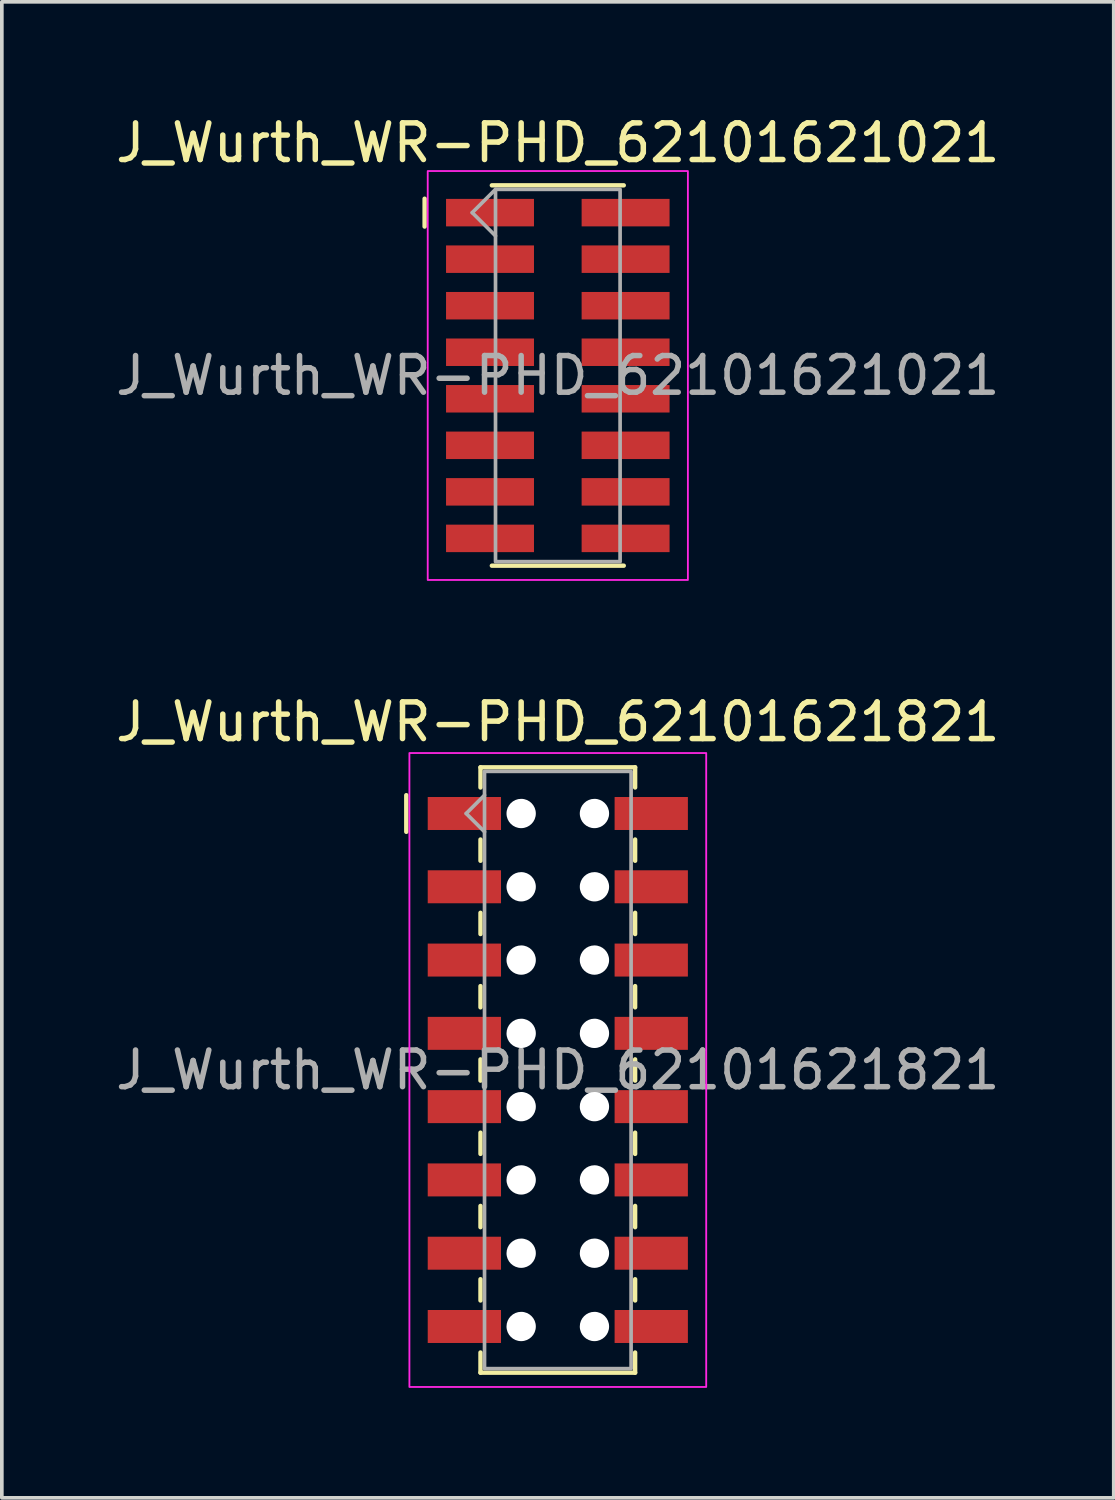
<source format=kicad_pcb>
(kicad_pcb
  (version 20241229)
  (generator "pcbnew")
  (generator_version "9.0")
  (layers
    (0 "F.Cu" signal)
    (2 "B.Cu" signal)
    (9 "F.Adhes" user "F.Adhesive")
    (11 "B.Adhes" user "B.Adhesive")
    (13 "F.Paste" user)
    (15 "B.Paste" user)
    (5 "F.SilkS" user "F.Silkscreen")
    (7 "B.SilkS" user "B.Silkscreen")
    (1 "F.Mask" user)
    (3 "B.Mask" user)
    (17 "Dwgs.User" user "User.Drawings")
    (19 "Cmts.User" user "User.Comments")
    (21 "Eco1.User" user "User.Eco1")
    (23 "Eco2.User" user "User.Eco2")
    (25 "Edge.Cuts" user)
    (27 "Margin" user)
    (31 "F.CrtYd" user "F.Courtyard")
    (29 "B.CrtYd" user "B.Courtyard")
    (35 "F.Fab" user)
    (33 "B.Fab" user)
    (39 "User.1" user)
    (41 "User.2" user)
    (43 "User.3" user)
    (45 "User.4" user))
  (footprint "J_Wurth_WR-PHD_62101621021"
    (layer "F.Cu")
    (at 12.173 7.198)
    (property "Reference" "J_Wurth_WR-PHD_62101621021" (at 0 -6.35 0) (unlocked yes) (layer "F.SilkS") (effects (font (size 1 1) (thickness 0.15))))
    (attr smd)
    (fp_line (start -3.635 -4.825) (end -3.635 -4.065) (stroke (width 0.12) (type solid)) (layer "F.SilkS"))
    (fp_line (start 1.8 -5.19) (end -1.8 -5.19) (stroke (width 0.12) (type solid)) (layer "F.SilkS"))
    (fp_line (start 1.8 5.19) (end -1.8 5.19) (stroke (width 0.12) (type solid)) (layer "F.SilkS"))
    (fp_rect (start -3.55 -5.58) (end 3.55 5.58) (stroke (width 0.05) (type solid)) (fill no) (layer "F.CrtYd"))
    (fp_line (start -2.335 -4.445) (end -1.7 -3.81) (stroke (width 0.1) (type default)) (layer "F.Fab"))
    (fp_line (start -1.7 -5.08) (end -2.335 -4.445) (stroke (width 0.1) (type default)) (layer "F.Fab"))
    (fp_rect (start -1.7 -5.08) (end 1.7 5.08) (stroke (width 0.1) (type solid)) (fill no) (layer "F.Fab"))
    (fp_text user "${REFERENCE}" (at 0 0 0) (unlocked yes) (layer "F.Fab") (effects (font (size 1 1) (thickness 0.15))))
    (pad "1" smd rect (at -1.85 -4.445 270) (size 0.75 2.4) (layers "F.Cu" "F.Mask" "F.Paste"))
    (pad "2" smd rect (at 1.85 -4.445 270) (size 0.75 2.4) (layers "F.Cu" "F.Mask" "F.Paste"))
    (pad "3" smd rect (at -1.85 -3.175 270) (size 0.75 2.4) (layers "F.Cu" "F.Mask" "F.Paste"))
    (pad "4" smd rect (at 1.85 -3.175 270) (size 0.75 2.4) (layers "F.Cu" "F.Mask" "F.Paste"))
    (pad "5" smd rect (at -1.85 -1.905 270) (size 0.75 2.4) (layers "F.Cu" "F.Mask" "F.Paste"))
    (pad "6" smd rect (at 1.85 -1.905 270) (size 0.75 2.4) (layers "F.Cu" "F.Mask" "F.Paste"))
    (pad "7" smd rect (at -1.85 -0.635 270) (size 0.75 2.4) (layers "F.Cu" "F.Mask" "F.Paste"))
    (pad "8" smd rect (at 1.85 -0.635 270) (size 0.75 2.4) (layers "F.Cu" "F.Mask" "F.Paste"))
    (pad "9" smd rect (at -1.85 0.635 270) (size 0.75 2.4) (layers "F.Cu" "F.Mask" "F.Paste"))
    (pad "10" smd rect (at 1.85 0.635 270) (size 0.75 2.4) (layers "F.Cu" "F.Mask" "F.Paste"))
    (pad "11" smd rect (at -1.85 1.905 270) (size 0.75 2.4) (layers "F.Cu" "F.Mask" "F.Paste"))
    (pad "12" smd rect (at 1.85 1.905 270) (size 0.75 2.4) (layers "F.Cu" "F.Mask" "F.Paste"))
    (pad "13" smd rect (at -1.85 3.175 270) (size 0.75 2.4) (layers "F.Cu" "F.Mask" "F.Paste"))
    (pad "14" smd rect (at 1.85 3.175 270) (size 0.75 2.4) (layers "F.Cu" "F.Mask" "F.Paste"))
    (pad "15" smd rect (at -1.85 4.445 270) (size 0.75 2.4) (layers "F.Cu" "F.Mask" "F.Paste"))
    (pad "16" smd rect (at 1.85 4.445 270) (size 0.75 2.4) (layers "F.Cu" "F.Mask" "F.Paste")))
  (footprint "J_Wurth_WR-PHD_62101621821"
    (layer "F.Cu")
    (at 12.173 26.151)
    (property "Reference" "J_Wurth_WR-PHD_62101621821" (at 0 -9.5 0) (unlocked yes) (layer "F.SilkS") (effects (font (size 1 1) (thickness 0.15))))
    (attr smd)
    (fp_line (start -4.135 -7.5) (end -4.135 -6.5) (stroke (width 0.12) (type solid)) (layer "F.SilkS"))
    (fp_line (start -2.11 -8.26) (end -2.11 -7.71) (stroke (width 0.12) (type solid)) (layer "F.SilkS"))
    (fp_line (start -2.11 -6.29) (end -2.11 -5.71) (stroke (width 0.12) (type solid)) (layer "F.SilkS"))
    (fp_line (start -2.11 -4.29) (end -2.11 -3.71) (stroke (width 0.12) (type solid)) (layer "F.SilkS"))
    (fp_line (start -2.11 -2.29) (end -2.11 -1.71) (stroke (width 0.12) (type solid)) (layer "F.SilkS"))
    (fp_line (start -2.11 -0.29) (end -2.11 0.29) (stroke (width 0.12) (type solid)) (layer "F.SilkS"))
    (fp_line (start -2.11 1.71) (end -2.11 2.29) (stroke (width 0.12) (type solid)) (layer "F.SilkS"))
    (fp_line (start -2.11 3.71) (end -2.11 4.29) (stroke (width 0.12) (type solid)) (layer "F.SilkS"))
    (fp_line (start -2.11 5.71) (end -2.11 6.29) (stroke (width 0.12) (type solid)) (layer "F.SilkS"))
    (fp_line (start -2.11 7.71) (end -2.11 8.26) (stroke (width 0.12) (type solid)) (layer "F.SilkS"))
    (fp_line (start -2.11 8.26) (end 2.11 8.26) (stroke (width 0.12) (type solid)) (layer "F.SilkS"))
    (fp_line (start 2.11 -8.26) (end -2.11 -8.26) (stroke (width 0.12) (type solid)) (layer "F.SilkS"))
    (fp_line (start 2.11 -8.26) (end 2.11 -7.71) (stroke (width 0.12) (type solid)) (layer "F.SilkS"))
    (fp_line (start 2.11 -6.29) (end 2.11 -5.71) (stroke (width 0.12) (type solid)) (layer "F.SilkS"))
    (fp_line (start 2.11 -4.29) (end 2.11 -3.71) (stroke (width 0.12) (type solid)) (layer "F.SilkS"))
    (fp_line (start 2.11 -2.29) (end 2.11 -1.71) (stroke (width 0.12) (type solid)) (layer "F.SilkS"))
    (fp_line (start 2.11 -0.29) (end 2.11 0.29) (stroke (width 0.12) (type solid)) (layer "F.SilkS"))
    (fp_line (start 2.11 1.71) (end 2.11 2.29) (stroke (width 0.12) (type solid)) (layer "F.SilkS"))
    (fp_line (start 2.11 3.71) (end 2.11 4.29) (stroke (width 0.12) (type solid)) (layer "F.SilkS"))
    (fp_line (start 2.11 5.71) (end 2.11 6.29) (stroke (width 0.12) (type solid)) (layer "F.SilkS"))
    (fp_line (start 2.11 7.71) (end 2.11 8.26) (stroke (width 0.12) (type solid)) (layer "F.SilkS"))
    (fp_rect (start -4.05 -8.65) (end 4.05 8.65) (stroke (width 0.05) (type solid)) (fill no) (layer "F.CrtYd"))
    (fp_line (start -2.5 -7) (end -2 -6.5) (stroke (width 0.1) (type default)) (layer "F.Fab"))
    (fp_line (start -2 -7.5) (end -2.5 -7) (stroke (width 0.1) (type default)) (layer "F.Fab"))
    (fp_rect (start -2 -8.15) (end 2 8.15) (stroke (width 0.1) (type solid)) (fill no) (layer "F.Fab"))
    (fp_text user "${REFERENCE}" (at 0 0 0) (unlocked yes) (layer "F.Fab") (effects (font (size 1 1) (thickness 0.15))))
    (pad "" np_thru_hole circle (at -1 -7 270) (size 0.8 0.8) (drill 0.8) (layers "*.Cu" "*.Mask"))
    (pad "" np_thru_hole circle (at -1 -5 270) (size 0.8 0.8) (drill 0.8) (layers "*.Cu" "*.Mask"))
    (pad "" np_thru_hole circle (at -1 -3 270) (size 0.8 0.8) (drill 0.8) (layers "*.Cu" "*.Mask"))
    (pad "" np_thru_hole circle (at -1 -1 270) (size 0.8 0.8) (drill 0.8) (layers "*.Cu" "*.Mask"))
    (pad "" np_thru_hole circle (at -1 1 270) (size 0.8 0.8) (drill 0.8) (layers "*.Cu" "*.Mask"))
    (pad "" np_thru_hole circle (at -1 3 270) (size 0.8 0.8) (drill 0.8) (layers "*.Cu" "*.Mask"))
    (pad "" np_thru_hole circle (at -1 5 270) (size 0.8 0.8) (drill 0.8) (layers "*.Cu" "*.Mask"))
    (pad "" np_thru_hole circle (at -1 7 270) (size 0.8 0.8) (drill 0.8) (layers "*.Cu" "*.Mask"))
    (pad "" np_thru_hole circle (at 1 -7 270) (size 0.8 0.8) (drill 0.8) (layers "*.Cu" "*.Mask"))
    (pad "" np_thru_hole circle (at 1 -5 270) (size 0.8 0.8) (drill 0.8) (layers "*.Cu" "*.Mask"))
    (pad "" np_thru_hole circle (at 1 -3 270) (size 0.8 0.8) (drill 0.8) (layers "*.Cu" "*.Mask"))
    (pad "" np_thru_hole circle (at 1 -1 270) (size 0.8 0.8) (drill 0.8) (layers "*.Cu" "*.Mask"))
    (pad "" np_thru_hole circle (at 1 1 270) (size 0.8 0.8) (drill 0.8) (layers "*.Cu" "*.Mask"))
    (pad "" np_thru_hole circle (at 1 3 270) (size 0.8 0.8) (drill 0.8) (layers "*.Cu" "*.Mask"))
    (pad "" np_thru_hole circle (at 1 5 270) (size 0.8 0.8) (drill 0.8) (layers "*.Cu" "*.Mask"))
    (pad "" np_thru_hole circle (at 1 7 270) (size 0.8 0.8) (drill 0.8) (layers "*.Cu" "*.Mask"))
    (pad "1" smd rect (at -2.55 -7 270) (size 0.9 2) (layers "F.Cu" "F.Mask" "F.Paste"))
    (pad "2" smd rect (at 2.55 -7 270) (size 0.9 2) (layers "F.Cu" "F.Mask" "F.Paste"))
    (pad "3" smd rect (at -2.55 -5 270) (size 0.9 2) (layers "F.Cu" "F.Mask" "F.Paste"))
    (pad "4" smd rect (at 2.55 -5 270) (size 0.9 2) (layers "F.Cu" "F.Mask" "F.Paste"))
    (pad "5" smd rect (at -2.55 -3 270) (size 0.9 2) (layers "F.Cu" "F.Mask" "F.Paste"))
    (pad "6" smd rect (at 2.55 -3 270) (size 0.9 2) (layers "F.Cu" "F.Mask" "F.Paste"))
    (pad "7" smd rect (at -2.55 -1 270) (size 0.9 2) (layers "F.Cu" "F.Mask" "F.Paste"))
    (pad "8" smd rect (at 2.55 -1 270) (size 0.9 2) (layers "F.Cu" "F.Mask" "F.Paste"))
    (pad "9" smd rect (at -2.55 1 270) (size 0.9 2) (layers "F.Cu" "F.Mask" "F.Paste"))
    (pad "10" smd rect (at 2.55 1 270) (size 0.9 2) (layers "F.Cu" "F.Mask" "F.Paste"))
    (pad "11" smd rect (at -2.55 3 270) (size 0.9 2) (layers "F.Cu" "F.Mask" "F.Paste"))
    (pad "12" smd rect (at 2.55 3 270) (size 0.9 2) (layers "F.Cu" "F.Mask" "F.Paste"))
    (pad "13" smd rect (at -2.55 5 270) (size 0.9 2) (layers "F.Cu" "F.Mask" "F.Paste"))
    (pad "14" smd rect (at 2.55 5 270) (size 0.9 2) (layers "F.Cu" "F.Mask" "F.Paste"))
    (pad "15" smd rect (at -2.55 7 270) (size 0.9 2) (layers "F.Cu" "F.Mask" "F.Paste"))
    (pad "16" smd rect (at 2.55 7 270) (size 0.9 2) (layers "F.Cu" "F.Mask" "F.Paste")))
  (gr_rect
    (start -3 -3)
    (end 27.345 37.827)
    (stroke (width 0.1) (type default))
    (fill no)
    (layer "Edge.Cuts")))
</source>
